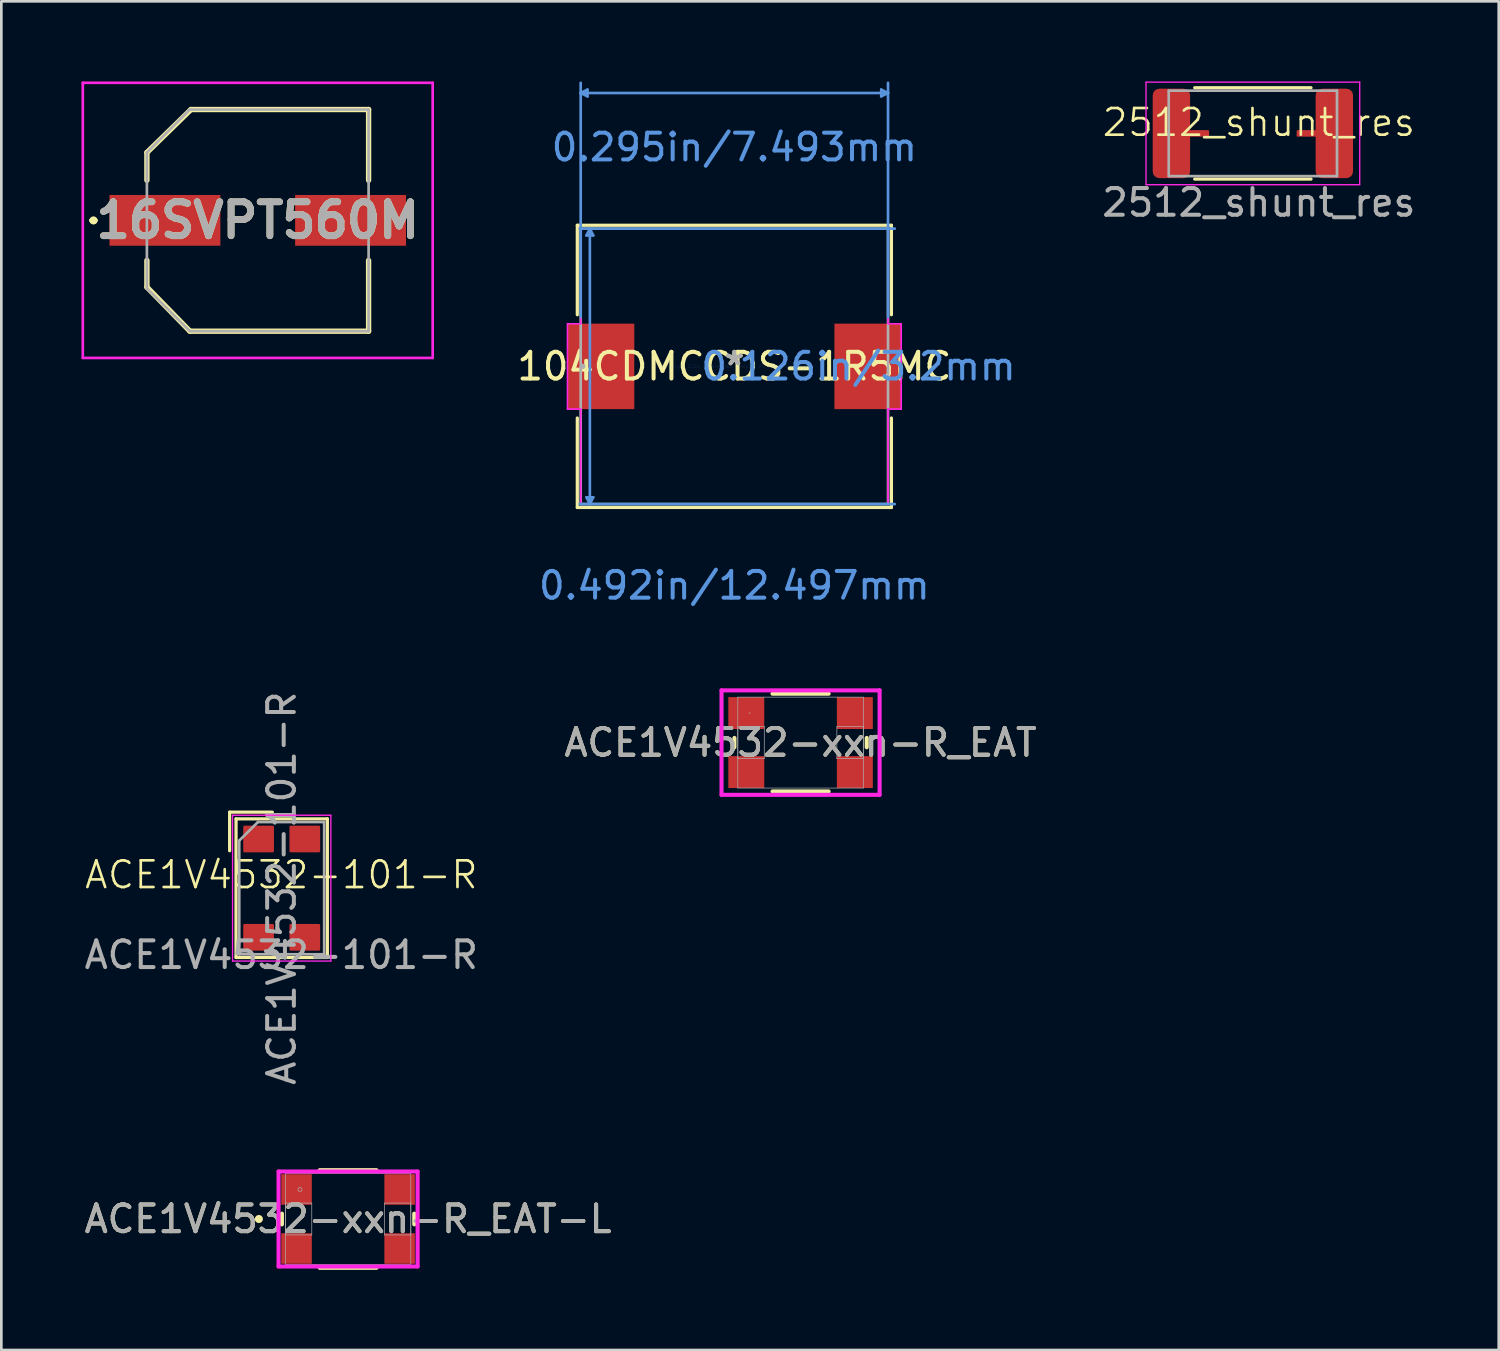
<source format=kicad_pcb>
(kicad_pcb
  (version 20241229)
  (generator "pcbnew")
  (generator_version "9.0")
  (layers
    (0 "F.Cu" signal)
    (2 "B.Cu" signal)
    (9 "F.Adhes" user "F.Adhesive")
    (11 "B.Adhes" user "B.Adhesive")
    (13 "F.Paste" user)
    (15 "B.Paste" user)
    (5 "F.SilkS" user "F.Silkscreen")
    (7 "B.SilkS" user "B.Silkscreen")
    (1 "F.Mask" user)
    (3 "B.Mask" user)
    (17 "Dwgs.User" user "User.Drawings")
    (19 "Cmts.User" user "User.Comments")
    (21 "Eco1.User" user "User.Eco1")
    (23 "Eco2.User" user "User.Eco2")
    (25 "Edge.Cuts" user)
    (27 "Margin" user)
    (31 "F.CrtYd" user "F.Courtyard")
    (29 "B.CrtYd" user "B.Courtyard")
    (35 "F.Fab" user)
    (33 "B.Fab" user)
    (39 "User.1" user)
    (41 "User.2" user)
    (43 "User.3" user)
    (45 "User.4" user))
  (footprint "2512_shunt_res"
    (layer "F.Cu")
    (at 44.08 2.035)
    (property "Reference" "2512_shunt_res" (at 0 -0.5 0) (unlocked yes) (layer "F.SilkS") (effects (font (size 1 1) (thickness 0.1))))
    (attr smd)
    (fp_line (start -2.4 -1.8) (end 1.954 -1.8) (stroke (width 0.12) (type solid)) (layer "F.SilkS"))
    (fp_line (start -2.4 1.62) (end 1.954 1.62) (stroke (width 0.12) (type solid)) (layer "F.SilkS"))
    (fp_line (start -4.223 -2.01) (end 3.777 -2.01) (stroke (width 0.05) (type solid)) (layer "F.CrtYd"))
    (fp_line (start -4.223 1.83) (end -4.223 -2.01) (stroke (width 0.05) (type solid)) (layer "F.CrtYd"))
    (fp_line (start 3.777 -2.01) (end 3.777 1.83) (stroke (width 0.05) (type solid)) (layer "F.CrtYd"))
    (fp_line (start 3.777 1.83) (end -4.223 1.83) (stroke (width 0.05) (type solid)) (layer "F.CrtYd"))
    (fp_line (start -3.373 -1.69) (end 2.927 -1.69) (stroke (width 0.1) (type solid)) (layer "F.Fab"))
    (fp_line (start -3.373 1.51) (end -3.373 -1.69) (stroke (width 0.1) (type solid)) (layer "F.Fab"))
    (fp_line (start 2.927 -1.69) (end 2.927 1.51) (stroke (width 0.1) (type solid)) (layer "F.Fab"))
    (fp_line (start 2.927 1.51) (end -3.373 1.51) (stroke (width 0.1) (type solid)) (layer "F.Fab"))
    (fp_text user "${REFERENCE}" (at 0 2.5 0) (unlocked yes) (layer "F.Fab") (effects (font (size 1 1) (thickness 0.15))))
    (pad "1" smd roundrect (at -3.273 -0.09) (size 1.4 3.35) (layers "F.Cu" "F.Mask" "F.Paste") (roundrect_rratio 0.179))
    (pad "2" smd roundrect (at -2.573 -0.09) (size 1.424 0.245) (layers "F.Cu" "F.Mask" "F.Paste") (roundrect_rratio 0.179))
    (pad "3" smd roundrect (at 2.127 -0.09) (size 1.424 0.245) (layers "F.Cu" "F.Mask" "F.Paste") (roundrect_rratio 0.179))
    (pad "4" smd roundrect (at 2.827 -0.09) (size 1.4 3.35) (layers "F.Cu" "F.Mask" "F.Paste") (roundrect_rratio 0.179)))
  (footprint "ACE1V4532-xxn-R_EAT"
    (layer "F.Cu")
    (at 26.923 24.752)
    (property "Reference" "ACE1V4532-xxn-R_EAT" (at 0 0 0) (unlocked yes) (layer "F.SilkS") (effects (font (size 1 1) (thickness 0.15))))
    (attr smd)
    (fp_line (start -2.477 -0.175) (end -2.477 0.175) (stroke (width 0.152) (type solid)) (layer "F.SilkS"))
    (fp_line (start -1.051 1.829) (end 1.051 1.829) (stroke (width 0.152) (type solid)) (layer "F.SilkS"))
    (fp_line (start 1.051 -1.829) (end -1.051 -1.829) (stroke (width 0.152) (type solid)) (layer "F.SilkS"))
    (fp_line (start 2.477 0.175) (end 2.477 -0.175) (stroke (width 0.152) (type solid)) (layer "F.SilkS"))
    (fp_line (start -2.959 -1.956) (end 2.959 -1.956) (stroke (width 0.152) (type solid)) (layer "F.CrtYd"))
    (fp_line (start -2.959 1.956) (end -2.959 -1.956) (stroke (width 0.152) (type solid)) (layer "F.CrtYd"))
    (fp_line (start 2.959 -1.956) (end 2.959 1.956) (stroke (width 0.152) (type solid)) (layer "F.CrtYd"))
    (fp_line (start 2.959 1.956) (end -2.959 1.956) (stroke (width 0.152) (type solid)) (layer "F.CrtYd"))
    (fp_line (start -2.349 -1.702) (end -2.349 1.702) (stroke (width 0.025) (type solid)) (layer "F.Fab"))
    (fp_line (start -2.349 -0.597) (end -2.349 0.597) (stroke (width 0.025) (type solid)) (layer "F.Fab"))
    (fp_line (start -2.349 0.597) (end -1.359 0.597) (stroke (width 0.025) (type solid)) (layer "F.Fab"))
    (fp_line (start -2.349 1.702) (end 2.349 1.702) (stroke (width 0.025) (type solid)) (layer "F.Fab"))
    (fp_line (start -1.359 -0.597) (end -2.349 -0.597) (stroke (width 0.025) (type solid)) (layer "F.Fab"))
    (fp_line (start -1.359 0.597) (end -1.359 -0.597) (stroke (width 0.025) (type solid)) (layer "F.Fab"))
    (fp_line (start 1.359 -0.597) (end 1.359 0.597) (stroke (width 0.025) (type solid)) (layer "F.Fab"))
    (fp_line (start 1.359 0.597) (end 2.349 0.597) (stroke (width 0.025) (type solid)) (layer "F.Fab"))
    (fp_line (start 2.349 -1.702) (end -2.349 -1.702) (stroke (width 0.025) (type solid)) (layer "F.Fab"))
    (fp_line (start 2.349 -0.597) (end 1.359 -0.597) (stroke (width 0.025) (type solid)) (layer "F.Fab"))
    (fp_line (start 2.349 0.597) (end 2.349 -0.597) (stroke (width 0.025) (type solid)) (layer "F.Fab"))
    (fp_line (start 2.349 1.702) (end 2.349 -1.702) (stroke (width 0.025) (type solid)) (layer "F.Fab"))
    (fp_circle (center -1.905 -1.105) (end -1.905 -1.105) (stroke (width 0.025) (type solid)) (fill no) (layer "F.Fab"))
    (fp_text user "${REFERENCE}" (at 0 0 0) (unlocked yes) (layer "F.Fab") (effects (font (size 1 1) (thickness 0.15))))
    (pad "1" smd rect (at -2.032 -1.105) (size 1.346 1.194) (layers "F.Cu" "F.Mask" "F.Paste"))
    (pad "2" smd rect (at -2.032 1.105) (size 1.346 1.194) (layers "F.Cu" "F.Mask" "F.Paste"))
    (pad "3" smd rect (at 2.032 1.105) (size 1.346 1.194) (layers "F.Cu" "F.Mask" "F.Paste"))
    (pad "4" smd rect (at 2.032 -1.105) (size 1.346 1.194) (layers "F.Cu" "F.Mask" "F.Paste"))
    (zone (net_name "") (layer "F.Cu") (hatch full 0.508) (connect_pads) (min_thickness 0.254) (filled_areas_thickness no) (keepout (tracks not_allowed) (vias not_allowed) (pads allowed) (copperpour not_allowed) (footprints allowed)) (placement (enabled no)) (fill) (polygon (pts (xy 25.615 23.101) (xy 28.231 23.101) (xy 28.231 26.403) (xy 25.615 26.403)))))
  (footprint "16SVPT560M"
    (layer "F.Cu")
    (at 6.6 5.2)
    (property "Reference" "16SVPT560M" (at 0 0 0) (layer "F.SilkS") (effects (font (size 1.27 1.27) (thickness 0.254))))
    (attr smd)
    (fp_line (start -6.2 0) (end -6.2 0) (stroke (width 0.2) (type solid)) (layer "F.SilkS"))
    (fp_line (start -6.2 0) (end -6.2 0) (stroke (width 0.2) (type solid)) (layer "F.SilkS"))
    (fp_line (start -6.1 0) (end -6.1 0) (stroke (width 0.2) (type solid)) (layer "F.SilkS"))
    (fp_line (start -4.15 -2.54) (end -4.15 -1.5) (stroke (width 0.2) (type solid)) (layer "F.SilkS"))
    (fp_line (start -4.15 1.5) (end -4.15 2.5) (stroke (width 0.2) (type solid)) (layer "F.SilkS"))
    (fp_line (start -4.15 2.5) (end -2.54 4.15) (stroke (width 0.2) (type solid)) (layer "F.SilkS"))
    (fp_line (start -2.54 4.15) (end 4.15 4.15) (stroke (width 0.2) (type solid)) (layer "F.SilkS"))
    (fp_line (start -2.5 -4.15) (end -4.15 -2.54) (stroke (width 0.2) (type solid)) (layer "F.SilkS"))
    (fp_line (start 4.15 -4.15) (end -2.5 -4.15) (stroke (width 0.2) (type solid)) (layer "F.SilkS"))
    (fp_line (start 4.15 -1.5) (end 4.15 -4.15) (stroke (width 0.2) (type solid)) (layer "F.SilkS"))
    (fp_line (start 4.15 4.15) (end 4.15 1.5) (stroke (width 0.2) (type solid)) (layer "F.SilkS"))
    (fp_arc (start -6.2 0) (mid -6.15 -0.05) (end -6.1 0) (stroke (width 0.2) (type solid)) (layer "F.SilkS"))
    (fp_arc (start -6.1 0) (mid -6.15 0.05) (end -6.2 0) (stroke (width 0.2) (type solid)) (layer "F.SilkS"))
    (fp_arc (start -6.1 0) (mid -6.15 0.05) (end -6.2 0) (stroke (width 0.2) (type solid)) (layer "F.SilkS"))
    (fp_line (start -6.55 -5.15) (end 6.55 -5.15) (stroke (width 0.1) (type solid)) (layer "F.CrtYd"))
    (fp_line (start -6.55 5.15) (end -6.55 -5.15) (stroke (width 0.1) (type solid)) (layer "F.CrtYd"))
    (fp_line (start 6.55 -5.15) (end 6.55 5.15) (stroke (width 0.1) (type solid)) (layer "F.CrtYd"))
    (fp_line (start 6.55 5.15) (end -6.55 5.15) (stroke (width 0.1) (type solid)) (layer "F.CrtYd"))
    (fp_line (start -4.15 -2.54) (end -4.15 2.54) (stroke (width 0.1) (type solid)) (layer "F.Fab"))
    (fp_line (start -4.15 2.54) (end -2.54 4.15) (stroke (width 0.1) (type solid)) (layer "F.Fab"))
    (fp_line (start -2.54 -4.15) (end -4.15 -2.54) (stroke (width 0.1) (type solid)) (layer "F.Fab"))
    (fp_line (start -2.54 4.15) (end 4.15 4.15) (stroke (width 0.1) (type solid)) (layer "F.Fab"))
    (fp_line (start 4.15 -4.15) (end -2.54 -4.15) (stroke (width 0.1) (type solid)) (layer "F.Fab"))
    (fp_line (start 4.15 4.15) (end 4.15 -4.15) (stroke (width 0.1) (type solid)) (layer "F.Fab"))
    (fp_text user "${REFERENCE}" (at 0 0 0) (layer "F.Fab") (effects (font (size 1.27 1.27) (thickness 0.254))))
    (pad "1" smd rect (at -3.475 0 90) (size 1.9 4.15) (layers "F.Cu" "F.Mask" "F.Paste"))
    (pad "2" smd rect (at 3.475 0 90) (size 1.9 4.15) (layers "F.Cu" "F.Mask" "F.Paste")))
  (footprint "ACE1V4532-xxn-R_EAT-L"
    (layer "F.Cu")
    (at 9.982 42.589)
    (property "Reference" "ACE1V4532-xxn-R_EAT-L" (at 0 0 0) (unlocked yes) (layer "F.SilkS") (effects (font (size 1 1) (thickness 0.15))))
    (attr smd)
    (fp_line (start -2.477 -0.201) (end -2.477 0.201) (stroke (width 0.152) (type solid)) (layer "F.SilkS"))
    (fp_line (start -1.063 1.829) (end 1.063 1.829) (stroke (width 0.152) (type solid)) (layer "F.SilkS"))
    (fp_line (start 1.063 -1.829) (end -1.063 -1.829) (stroke (width 0.152) (type solid)) (layer "F.SilkS"))
    (fp_line (start 2.477 0.201) (end 2.477 -0.201) (stroke (width 0.152) (type solid)) (layer "F.SilkS"))
    (fp_circle (center -3.34 0) (end -3.264 0) (stroke (width 0.152) (type solid)) (fill no) (layer "F.SilkS"))
    (fp_line (start -2.603 -1.778) (end 2.603 -1.778) (stroke (width 0.152) (type solid)) (layer "F.CrtYd"))
    (fp_line (start -2.603 1.778) (end -2.603 -1.778) (stroke (width 0.152) (type solid)) (layer "F.CrtYd"))
    (fp_line (start 2.603 -1.778) (end 2.603 1.778) (stroke (width 0.152) (type solid)) (layer "F.CrtYd"))
    (fp_line (start 2.603 1.778) (end -2.603 1.778) (stroke (width 0.152) (type solid)) (layer "F.CrtYd"))
    (fp_line (start -2.349 -1.702) (end -2.349 1.702) (stroke (width 0.025) (type solid)) (layer "F.Fab"))
    (fp_line (start -2.349 -0.597) (end -2.349 0.597) (stroke (width 0.025) (type solid)) (layer "F.Fab"))
    (fp_line (start -2.349 0.597) (end -1.359 0.597) (stroke (width 0.025) (type solid)) (layer "F.Fab"))
    (fp_line (start -2.349 1.702) (end 2.349 1.702) (stroke (width 0.025) (type solid)) (layer "F.Fab"))
    (fp_line (start -1.359 -0.597) (end -2.349 -0.597) (stroke (width 0.025) (type solid)) (layer "F.Fab"))
    (fp_line (start -1.359 0.597) (end -1.359 -0.597) (stroke (width 0.025) (type solid)) (layer "F.Fab"))
    (fp_line (start 1.359 -0.597) (end 1.359 0.597) (stroke (width 0.025) (type solid)) (layer "F.Fab"))
    (fp_line (start 1.359 0.597) (end 2.349 0.597) (stroke (width 0.025) (type solid)) (layer "F.Fab"))
    (fp_line (start 2.349 -1.702) (end -2.349 -1.702) (stroke (width 0.025) (type solid)) (layer "F.Fab"))
    (fp_line (start 2.349 -0.597) (end 1.359 -0.597) (stroke (width 0.025) (type solid)) (layer "F.Fab"))
    (fp_line (start 2.349 0.597) (end 2.349 -0.597) (stroke (width 0.025) (type solid)) (layer "F.Fab"))
    (fp_line (start 2.349 1.702) (end 2.349 -1.702) (stroke (width 0.025) (type solid)) (layer "F.Fab"))
    (fp_circle (center -1.803 -1.105) (end -1.727 -1.105) (stroke (width 0.025) (type solid)) (fill no) (layer "F.Fab"))
    (fp_text user "${REFERENCE}" (at 0 0 0) (unlocked yes) (layer "F.Fab") (effects (font (size 1 1) (thickness 0.15))))
    (pad "1" smd rect (at -1.93 -1.105) (size 1.143 1.143) (layers "F.Cu" "F.Mask" "F.Paste"))
    (pad "2" smd rect (at -1.93 1.105) (size 1.143 1.143) (layers "F.Cu" "F.Mask" "F.Paste"))
    (pad "3" smd rect (at 1.93 1.105) (size 1.143 1.143) (layers "F.Cu" "F.Mask" "F.Paste"))
    (pad "4" smd rect (at 1.93 -1.105) (size 1.143 1.143) (layers "F.Cu" "F.Mask" "F.Paste"))
    (zone (net_name "") (layer "F.Cu") (hatch full 0.508) (connect_pads) (min_thickness 0.254) (filled_areas_thickness no) (keepout (tracks not_allowed) (vias not_allowed) (pads allowed) (copperpour not_allowed) (footprints allowed)) (placement (enabled no)) (fill) (polygon (pts (xy 8.674 40.938) (xy 11.29 40.938) (xy 11.29 44.24) (xy 8.674 44.24)))))
  (footprint "104CDMCCDS-1R5MC"
    (layer "F.Cu")
    (at 24.444 10.667)
    (property "Reference" "104CDMCCDS-1R5MC" (at 0 0 0) (layer "F.SilkS") (effects (font (size 1 1) (thickness 0.15))))
    (attr through_hole)
    (fp_line (start -5.88 -5.283) (end -5.88 -1.933) (stroke (width 0.12) (type solid)) (layer "F.SilkS"))
    (fp_line (start -5.88 1.933) (end -5.88 5.283) (stroke (width 0.12) (type solid)) (layer "F.SilkS"))
    (fp_line (start -5.88 5.283) (end 5.88 5.283) (stroke (width 0.12) (type solid)) (layer "F.SilkS"))
    (fp_line (start 5.88 -5.283) (end -5.88 -5.283) (stroke (width 0.12) (type solid)) (layer "F.SilkS"))
    (fp_line (start 5.88 -1.933) (end 5.88 -5.283) (stroke (width 0.12) (type solid)) (layer "F.SilkS"))
    (fp_line (start 5.88 5.283) (end 5.88 1.933) (stroke (width 0.12) (type solid)) (layer "F.SilkS"))
    (fp_line (start -5.753 -10.236) (end -5.499 -10.363) (stroke (width 0.1) (type solid)) (layer "Cmts.User"))
    (fp_line (start -5.753 -10.236) (end -5.499 -10.109) (stroke (width 0.1) (type solid)) (layer "Cmts.User"))
    (fp_line (start -5.753 -10.236) (end 5.753 -10.236) (stroke (width 0.1) (type solid)) (layer "Cmts.User"))
    (fp_line (start -5.753 -1.854) (end -5.753 -10.617) (stroke (width 0.1) (type solid)) (layer "Cmts.User"))
    (fp_line (start -5.537 -4.902) (end -5.283 -4.902) (stroke (width 0.1) (type solid)) (layer "Cmts.User"))
    (fp_line (start -5.537 4.902) (end -5.283 4.902) (stroke (width 0.1) (type solid)) (layer "Cmts.User"))
    (fp_line (start -5.499 -10.363) (end -5.499 -10.109) (stroke (width 0.1) (type solid)) (layer "Cmts.User"))
    (fp_line (start -5.41 -5.156) (end -5.537 -4.902) (stroke (width 0.1) (type solid)) (layer "Cmts.User"))
    (fp_line (start -5.41 -5.156) (end -5.41 5.156) (stroke (width 0.1) (type solid)) (layer "Cmts.User"))
    (fp_line (start -5.41 -5.156) (end -5.283 -4.902) (stroke (width 0.1) (type solid)) (layer "Cmts.User"))
    (fp_line (start -5.41 5.156) (end -5.537 4.902) (stroke (width 0.1) (type solid)) (layer "Cmts.User"))
    (fp_line (start -5.41 5.156) (end -5.283 4.902) (stroke (width 0.1) (type solid)) (layer "Cmts.User"))
    (fp_line (start 5.499 -10.363) (end 5.499 -10.109) (stroke (width 0.1) (type solid)) (layer "Cmts.User"))
    (fp_line (start 5.753 -10.236) (end 5.499 -10.363) (stroke (width 0.1) (type solid)) (layer "Cmts.User"))
    (fp_line (start 5.753 -10.236) (end 5.499 -10.109) (stroke (width 0.1) (type solid)) (layer "Cmts.User"))
    (fp_line (start 5.753 -1.854) (end 5.753 -10.617) (stroke (width 0.1) (type solid)) (layer "Cmts.User"))
    (fp_line (start 6.007 -5.156) (end -5.791 -5.156) (stroke (width 0.1) (type solid)) (layer "Cmts.User"))
    (fp_line (start 6.007 5.156) (end -5.791 5.156) (stroke (width 0.1) (type solid)) (layer "Cmts.User"))
    (fp_line (start -6.248 -1.6) (end -5.753 -1.6) (stroke (width 0.05) (type solid)) (layer "F.CrtYd"))
    (fp_line (start -6.248 -1.6) (end -5.753 -1.6) (stroke (width 0.05) (type solid)) (layer "F.CrtYd"))
    (fp_line (start -6.248 1.6) (end -6.248 -1.6) (stroke (width 0.05) (type solid)) (layer "F.CrtYd"))
    (fp_line (start -6.248 1.6) (end -6.248 -1.6) (stroke (width 0.05) (type solid)) (layer "F.CrtYd"))
    (fp_line (start -5.753 -5.156) (end 5.753 -5.156) (stroke (width 0.05) (type solid)) (layer "F.CrtYd"))
    (fp_line (start -5.753 -5.156) (end 5.753 -5.156) (stroke (width 0.05) (type solid)) (layer "F.CrtYd"))
    (fp_line (start -5.753 -1.6) (end -5.753 -5.156) (stroke (width 0.05) (type solid)) (layer "F.CrtYd"))
    (fp_line (start -5.753 -1.6) (end -5.753 -5.156) (stroke (width 0.05) (type solid)) (layer "F.CrtYd"))
    (fp_line (start -5.753 1.6) (end -6.248 1.6) (stroke (width 0.05) (type solid)) (layer "F.CrtYd"))
    (fp_line (start -5.753 1.6) (end -6.248 1.6) (stroke (width 0.05) (type solid)) (layer "F.CrtYd"))
    (fp_line (start -5.753 5.156) (end -5.753 1.6) (stroke (width 0.05) (type solid)) (layer "F.CrtYd"))
    (fp_line (start -5.753 5.156) (end -5.753 1.6) (stroke (width 0.05) (type solid)) (layer "F.CrtYd"))
    (fp_line (start 5.753 -5.156) (end 5.753 -1.6) (stroke (width 0.05) (type solid)) (layer "F.CrtYd"))
    (fp_line (start 5.753 -5.156) (end 5.753 -1.6) (stroke (width 0.05) (type solid)) (layer "F.CrtYd"))
    (fp_line (start 5.753 -1.6) (end 6.248 -1.6) (stroke (width 0.05) (type solid)) (layer "F.CrtYd"))
    (fp_line (start 5.753 -1.6) (end 6.248 -1.6) (stroke (width 0.05) (type solid)) (layer "F.CrtYd"))
    (fp_line (start 5.753 1.6) (end 5.753 5.156) (stroke (width 0.05) (type solid)) (layer "F.CrtYd"))
    (fp_line (start 5.753 1.6) (end 5.753 5.156) (stroke (width 0.05) (type solid)) (layer "F.CrtYd"))
    (fp_line (start 5.753 5.156) (end -5.753 5.156) (stroke (width 0.05) (type solid)) (layer "F.CrtYd"))
    (fp_line (start 5.753 5.156) (end -5.753 5.156) (stroke (width 0.05) (type solid)) (layer "F.CrtYd"))
    (fp_line (start 6.248 -1.6) (end 6.248 1.6) (stroke (width 0.05) (type solid)) (layer "F.CrtYd"))
    (fp_line (start 6.248 -1.6) (end 6.248 1.6) (stroke (width 0.05) (type solid)) (layer "F.CrtYd"))
    (fp_line (start 6.248 1.6) (end 5.753 1.6) (stroke (width 0.05) (type solid)) (layer "F.CrtYd"))
    (fp_line (start 6.248 1.6) (end 5.753 1.6) (stroke (width 0.05) (type solid)) (layer "F.CrtYd"))
    (fp_line (start -5.753 -5.156) (end -5.753 5.156) (stroke (width 0.1) (type solid)) (layer "F.Fab"))
    (fp_line (start -5.753 5.156) (end 5.753 5.156) (stroke (width 0.1) (type solid)) (layer "F.Fab"))
    (fp_line (start 5.753 -5.156) (end -5.753 -5.156) (stroke (width 0.1) (type solid)) (layer "F.Fab"))
    (fp_line (start 5.753 5.156) (end 5.753 -5.156) (stroke (width 0.1) (type solid)) (layer "F.Fab"))
    (fp_circle (center -5.677 0) (end -5.677 0) (stroke (width 0.1) (type solid)) (fill no) (layer "F.Fab"))
    (fp_text user "*" (at 0 0 0) (layer "F.SilkS") (effects (font (size 1 1) (thickness 0.15))))
    (fp_text user "0.295in/7.493mm" (at 0 -8.204 0) (layer "Cmts.User") (effects (font (size 1 1) (thickness 0.15))))
    (fp_text user "0.126in/3.2mm" (at 4.648 0 0) (layer "Cmts.User") (effects (font (size 1 1) (thickness 0.15))))
    (fp_text user "0.492in/12.497mm" (at 0 8.204 0) (layer "Cmts.User") (effects (font (size 1 1) (thickness 0.15))))
    (fp_text user "Copyright 2021 Accelerated Designs. All rights reserved." (at 0 0 0) (layer "Cmts.User") (effects (font (size 0.127 0.127) (thickness 0.002))))
    (fp_text user "*" (at 0 0 0) (layer "F.Fab") (effects (font (size 1 1) (thickness 0.15))))
    (pad "1" smd rect (at -4.997 0) (size 2.502 3.2) (layers "F.Cu" "F.Mask" "F.Paste"))
    (pad "2" smd rect (at 4.997 0) (size 2.502 3.2) (layers "F.Cu" "F.Mask" "F.Paste")))
  (footprint "ACE1V4532-101-R"
    (layer "F.Cu")
    (at 7.482 30.202)
    (property "Reference" "ACE1V4532-101-R" (at 0 -0.5 0) (unlocked yes) (layer "F.SilkS") (effects (font (size 1 1) (thickness 0.1))))
    (attr smd)
    (fp_line (start -1.935 -2.845) (end -1.935 -1.4) (stroke (width 0.12) (type solid)) (layer "F.SilkS"))
    (fp_line (start -1.935 -2.845) (end -0.335 -2.845) (stroke (width 0.12) (type solid)) (layer "F.SilkS"))
    (fp_line (start -1.695 -2.595) (end -1.695 2.595) (stroke (width 0.12) (type solid)) (layer "F.SilkS"))
    (fp_line (start -1.695 -2.595) (end 1.725 -2.595) (stroke (width 0.12) (type solid)) (layer "F.SilkS"))
    (fp_line (start -1.695 2.595) (end 1.725 2.595) (stroke (width 0.12) (type solid)) (layer "F.SilkS"))
    (fp_line (start 1.725 -2.595) (end 1.725 2.595) (stroke (width 0.12) (type solid)) (layer "F.SilkS"))
    (fp_line (start -1.825 -2.73) (end 1.855 -2.73) (stroke (width 0.05) (type solid)) (layer "F.CrtYd"))
    (fp_line (start -1.825 2.73) (end -1.825 -2.73) (stroke (width 0.05) (type solid)) (layer "F.CrtYd"))
    (fp_line (start -1.825 2.73) (end 1.855 2.73) (stroke (width 0.05) (type solid)) (layer "F.CrtYd"))
    (fp_line (start 1.855 2.73) (end 1.855 -2.73) (stroke (width 0.05) (type solid)) (layer "F.CrtYd"))
    (fp_line (start -1.575 -1.78) (end -1.575 2.475) (stroke (width 0.1) (type solid)) (layer "F.Fab"))
    (fp_line (start -1.575 -1.78) (end -0.875 -2.475) (stroke (width 0.1) (type solid)) (layer "F.Fab"))
    (fp_line (start -1.575 2.475) (end 1.605 2.475) (stroke (width 0.1) (type solid)) (layer "F.Fab"))
    (fp_line (start -0.875 -2.475) (end 1.605 -2.475) (stroke (width 0.1) (type solid)) (layer "F.Fab"))
    (fp_line (start 1.605 -2.475) (end 1.605 2.475) (stroke (width 0.1) (type solid)) (layer "F.Fab"))
    (fp_text user "${REFERENCE}" (at 0 2.5 0) (unlocked yes) (layer "F.Fab") (effects (font (size 1 1) (thickness 0.15))))
    (fp_text user "${REFERENCE}" (at 0.015 0 90) (layer "F.Fab") (effects (font (size 1 1) (thickness 0.15))))
    (pad "1" smd roundrect (at -0.85 -1.84) (size 1.15 1) (layers "F.Cu" "F.Mask" "F.Paste") (roundrect_rratio 0.05))
    (pad "2" smd roundrect (at 0.88 -1.84) (size 1.15 1) (layers "F.Cu" "F.Mask" "F.Paste") (roundrect_rratio 0.05))
    (pad "3" smd roundrect (at 0.88 1.84) (size 1.15 1) (layers "F.Cu" "F.Mask" "F.Paste") (roundrect_rratio 0.05))
    (pad "4" smd roundrect (at -0.85 1.84) (size 1.15 1) (layers "F.Cu" "F.Mask" "F.Paste") (roundrect_rratio 0.05)))
  (gr_rect
    (start -3 -3)
    (end 53.062 47.494)
    (stroke (width 0.1) (type default))
    (fill no)
    (layer "Edge.Cuts")))
</source>
